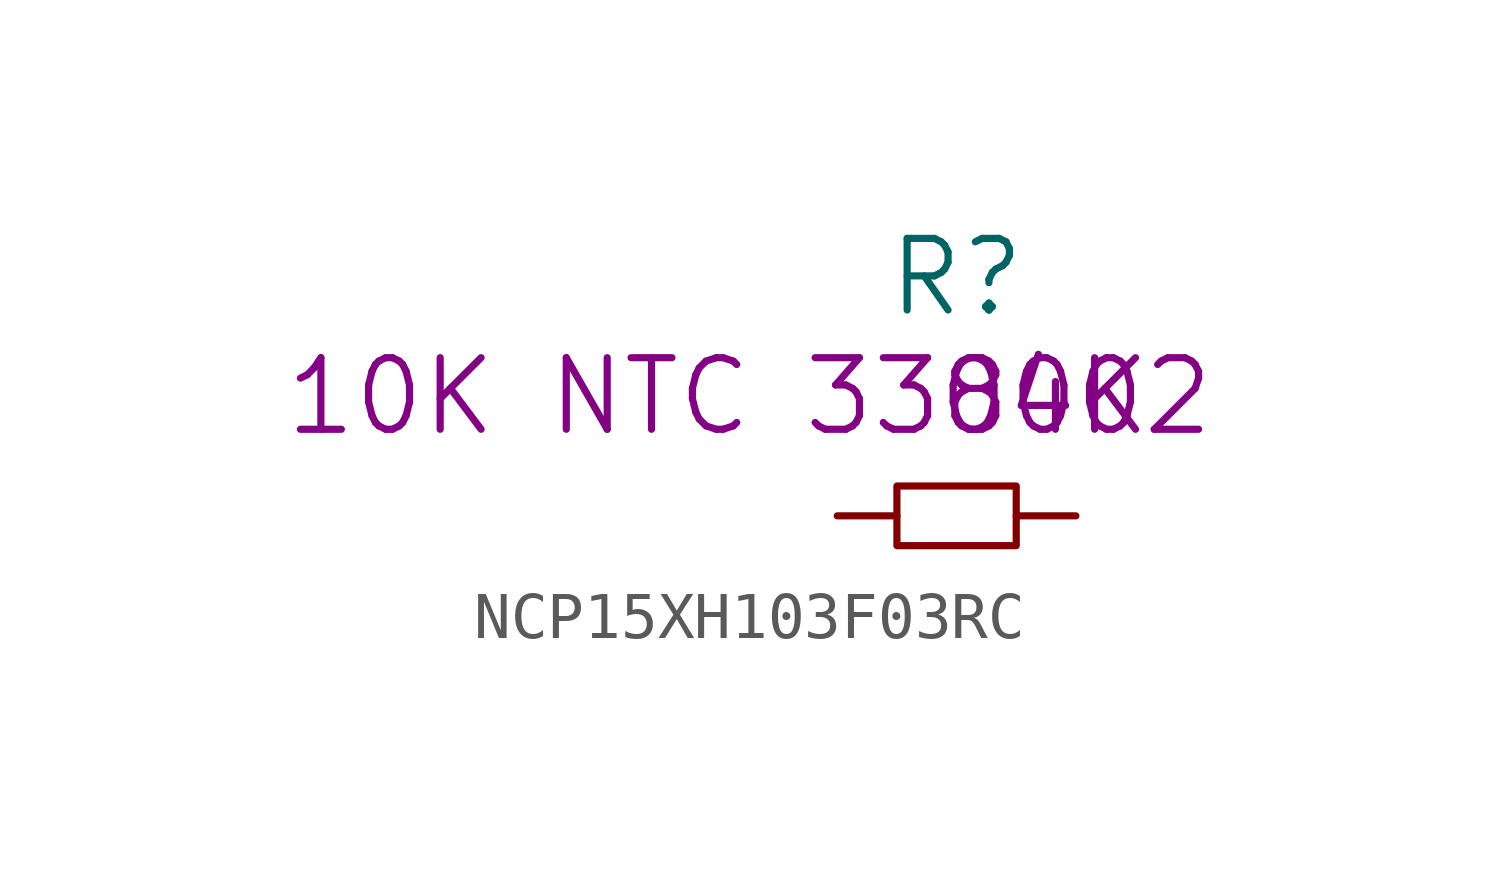
<source format=kicad_sym>
(kicad_symbol_lib
  (version 20220914)
  (generator kicad_symbol_editor)
  (symbol "NCP15XH103F03RC"
    (pin_numbers hide)
    (pin_names
      (offset 1.016) hide)
    (property "Reference" "R"
      (at 0 5.08 0)
      (effects (font (size 1.524 1.524))))
    (property "Value2" "10K NTC 3380K"
      (at -5.08 2.54 0)
      (effects (font (size 1.524 1.524))))
    (property "Size" "0402"
      (at 2.54 2.54 0)
      (effects (font (size 1.524 1.524))))
    (symbol "NCP15XH103F03RC_0_1"
      (rectangle (start -1.27 0.635) (end 1.27 -0.635) (stroke (width 0) (type solid)) (fill (type none))))
    (symbol "NCP15XH103F03RC_1_1"
      (pin passive line (at -2.54 0 0) (length 1.27) (name "1" (effects (font (size 1.27 1.27)))) (number "1" (effects (font (size 1.27 1.27)))))
      (pin passive line (at 2.54 0 180) (length 1.27) (name "2" (effects (font (size 1.27 1.27)))) (number "2" (effects (font (size 1.27 1.27))))))))
</source>
